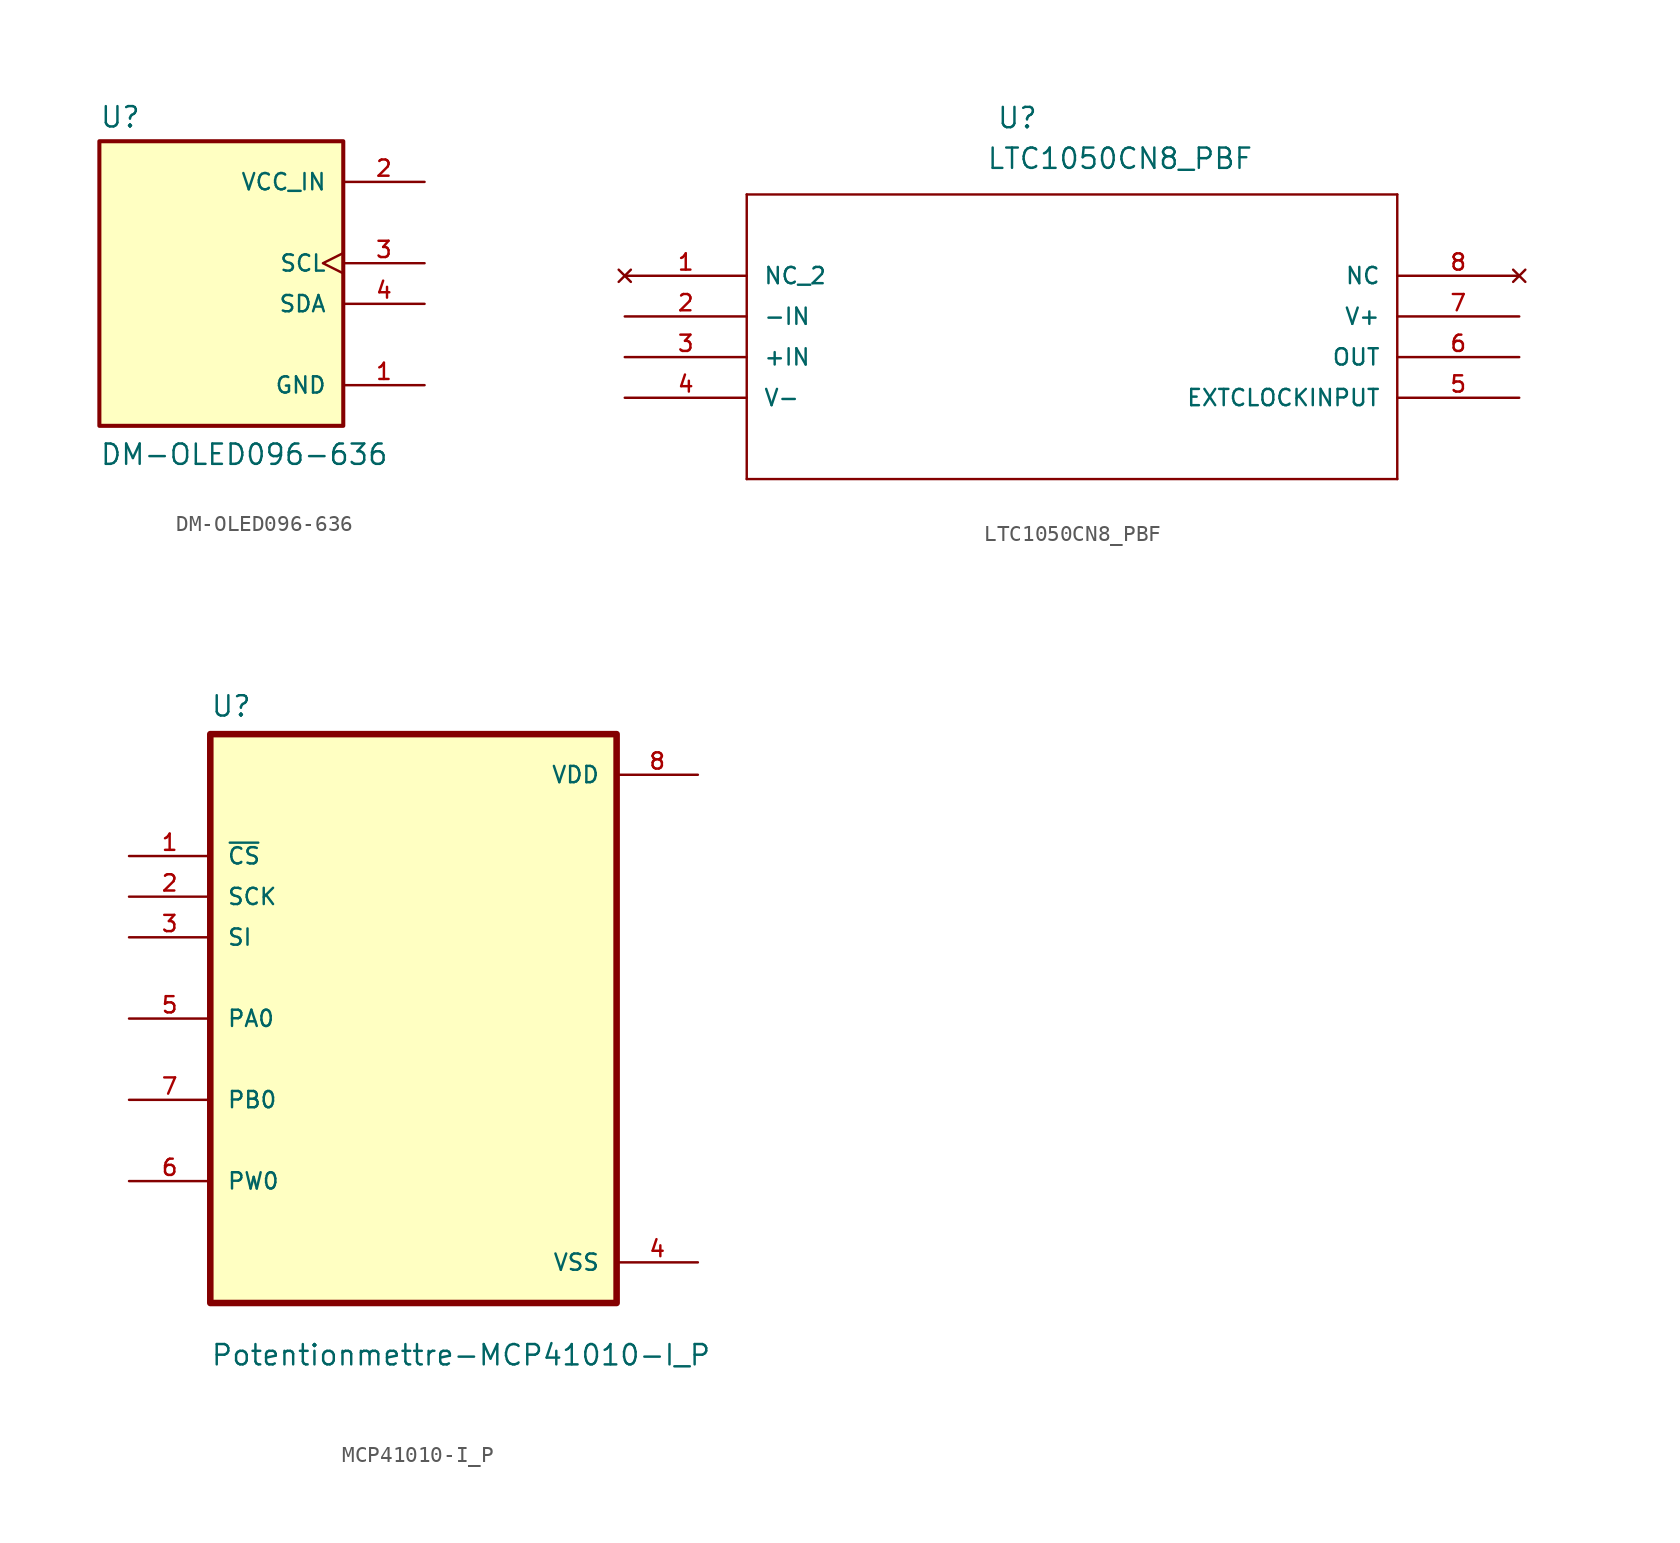
<source format=kicad_sym>
(kicad_symbol_lib
  (version 20241209)
  (generator "kicad_symbol_editor")
  (generator_version "9.0")
  (symbol "DM-OLED096-636"
    (pin_names
      (offset 1.016))
    (property "Reference" "U"
      (at -7.62 10.922 0)
      (effects (font (size 1.27 1.27)) (justify left bottom)))
    (property "Value" "DM-OLED096-636"
      (at -7.62 -10.16 0)
      (effects (font (size 1.27 1.27)) (justify left bottom)))
    (symbol "DM-OLED096-636_0_0"
      (rectangle (start -7.62 -7.62) (end 7.62 10.16) (stroke (width 0.254) (type default)) (fill (type background)))
      (pin power_in line (at 12.7 7.62 180) (length 5.08) (name "VCC_IN" (effects (font (size 1.016 1.016)))) (number "2" (effects (font (size 1.016 1.016)))))
      (pin input clock (at 12.7 2.54 180) (length 5.08) (name "SCL" (effects (font (size 1.016 1.016)))) (number "3" (effects (font (size 1.016 1.016)))))
      (pin bidirectional line (at 12.7 0 180) (length 5.08) (name "SDA" (effects (font (size 1.016 1.016)))) (number "4" (effects (font (size 1.016 1.016)))))
      (pin power_in line (at 12.7 -5.08 180) (length 5.08) (name "GND" (effects (font (size 1.016 1.016)))) (number "1" (effects (font (size 1.016 1.016)))))))
  (symbol "LTC1050CN8_PBF"
    (pin_names
      (offset 1.016))
    (property "Reference" "U"
      (at 23.216 9.119 0)
      (effects (font (size 1.27 1.27)) (justify left bottom)))
    (property "Value" "LTC1050CN8_PBF"
      (at 22.581 6.579 0)
      (effects (font (size 1.27 1.27)) (justify left bottom)))
    (symbol "LTC1050CN8_PBF_0_0"
      (polyline (pts (xy 7.62 5.08) (xy 7.62 -12.7)) (stroke (width 0.152) (type default)) (fill (type none)))
      (polyline (pts (xy 7.62 -12.7) (xy 48.26 -12.7)) (stroke (width 0.152) (type default)) (fill (type none)))
      (polyline (pts (xy 48.26 5.08) (xy 7.62 5.08)) (stroke (width 0.152) (type default)) (fill (type none)))
      (polyline (pts (xy 48.26 -12.7) (xy 48.26 5.08)) (stroke (width 0.152) (type default)) (fill (type none)))
      (pin no_connect line (at 0 0 0) (length 7.62) (name "NC_2" (effects (font (size 1.016 1.016)))) (number "1" (effects (font (size 1.016 1.016)))))
      (pin input line (at 0 -2.54 0) (length 7.62) (name "-IN" (effects (font (size 1.016 1.016)))) (number "2" (effects (font (size 1.016 1.016)))))
      (pin input line (at 0 -5.08 0) (length 7.62) (name "+IN" (effects (font (size 1.016 1.016)))) (number "3" (effects (font (size 1.016 1.016)))))
      (pin power_in line (at 0 -7.62 0) (length 7.62) (name "V-" (effects (font (size 1.016 1.016)))) (number "4" (effects (font (size 1.016 1.016)))))
      (pin no_connect line (at 55.88 0 180) (length 7.62) (name "NC" (effects (font (size 1.016 1.016)))) (number "8" (effects (font (size 1.016 1.016)))))
      (pin power_in line (at 55.88 -2.54 180) (length 7.62) (name "V+" (effects (font (size 1.016 1.016)))) (number "7" (effects (font (size 1.016 1.016)))))
      (pin output line (at 55.88 -5.08 180) (length 7.62) (name "OUT" (effects (font (size 1.016 1.016)))) (number "6" (effects (font (size 1.016 1.016)))))
      (pin input line (at 55.88 -7.62 180) (length 7.62) (name "EXTCLOCKINPUT" (effects (font (size 1.016 1.016)))) (number "5" (effects (font (size 1.016 1.016)))))))
  (symbol "MCP41010-I_P"
    (pin_names
      (offset 1.016))
    (property "Reference" "U"
      (at -12.7 18.78 0)
      (effects (font (size 1.27 1.27)) (justify left bottom)))
    (property "Value" "Potentionmettre-MCP41010-I_P"
      (at -12.7 -21.78 0)
      (effects (font (size 1.27 1.27)) (justify left bottom)))
    (symbol "MCP41010-I_P_0_0"
      (rectangle (start -12.7 -17.78) (end 12.7 17.78) (stroke (width 0.41) (type default)) (fill (type background)))
      (pin input line (at -17.78 10.16 0) (length 5.08) (name "~{CS}" (effects (font (size 1.016 1.016)))) (number "1" (effects (font (size 1.016 1.016)))))
      (pin input line (at -17.78 7.62 0) (length 5.08) (name "SCK" (effects (font (size 1.016 1.016)))) (number "2" (effects (font (size 1.016 1.016)))))
      (pin input line (at -17.78 5.08 0) (length 5.08) (name "SI" (effects (font (size 1.016 1.016)))) (number "3" (effects (font (size 1.016 1.016)))))
      (pin bidirectional line (at -17.78 0 0) (length 5.08) (name "PA0" (effects (font (size 1.016 1.016)))) (number "5" (effects (font (size 1.016 1.016)))))
      (pin bidirectional line (at -17.78 -5.08 0) (length 5.08) (name "PB0" (effects (font (size 1.016 1.016)))) (number "7" (effects (font (size 1.016 1.016)))))
      (pin bidirectional line (at -17.78 -10.16 0) (length 5.08) (name "PW0" (effects (font (size 1.016 1.016)))) (number "6" (effects (font (size 1.016 1.016)))))
      (pin power_in line (at 17.78 15.24 180) (length 5.08) (name "VDD" (effects (font (size 1.016 1.016)))) (number "8" (effects (font (size 1.016 1.016)))))
      (pin power_in line (at 17.78 -15.24 180) (length 5.08) (name "VSS" (effects (font (size 1.016 1.016)))) (number "4" (effects (font (size 1.016 1.016))))))))
</source>
